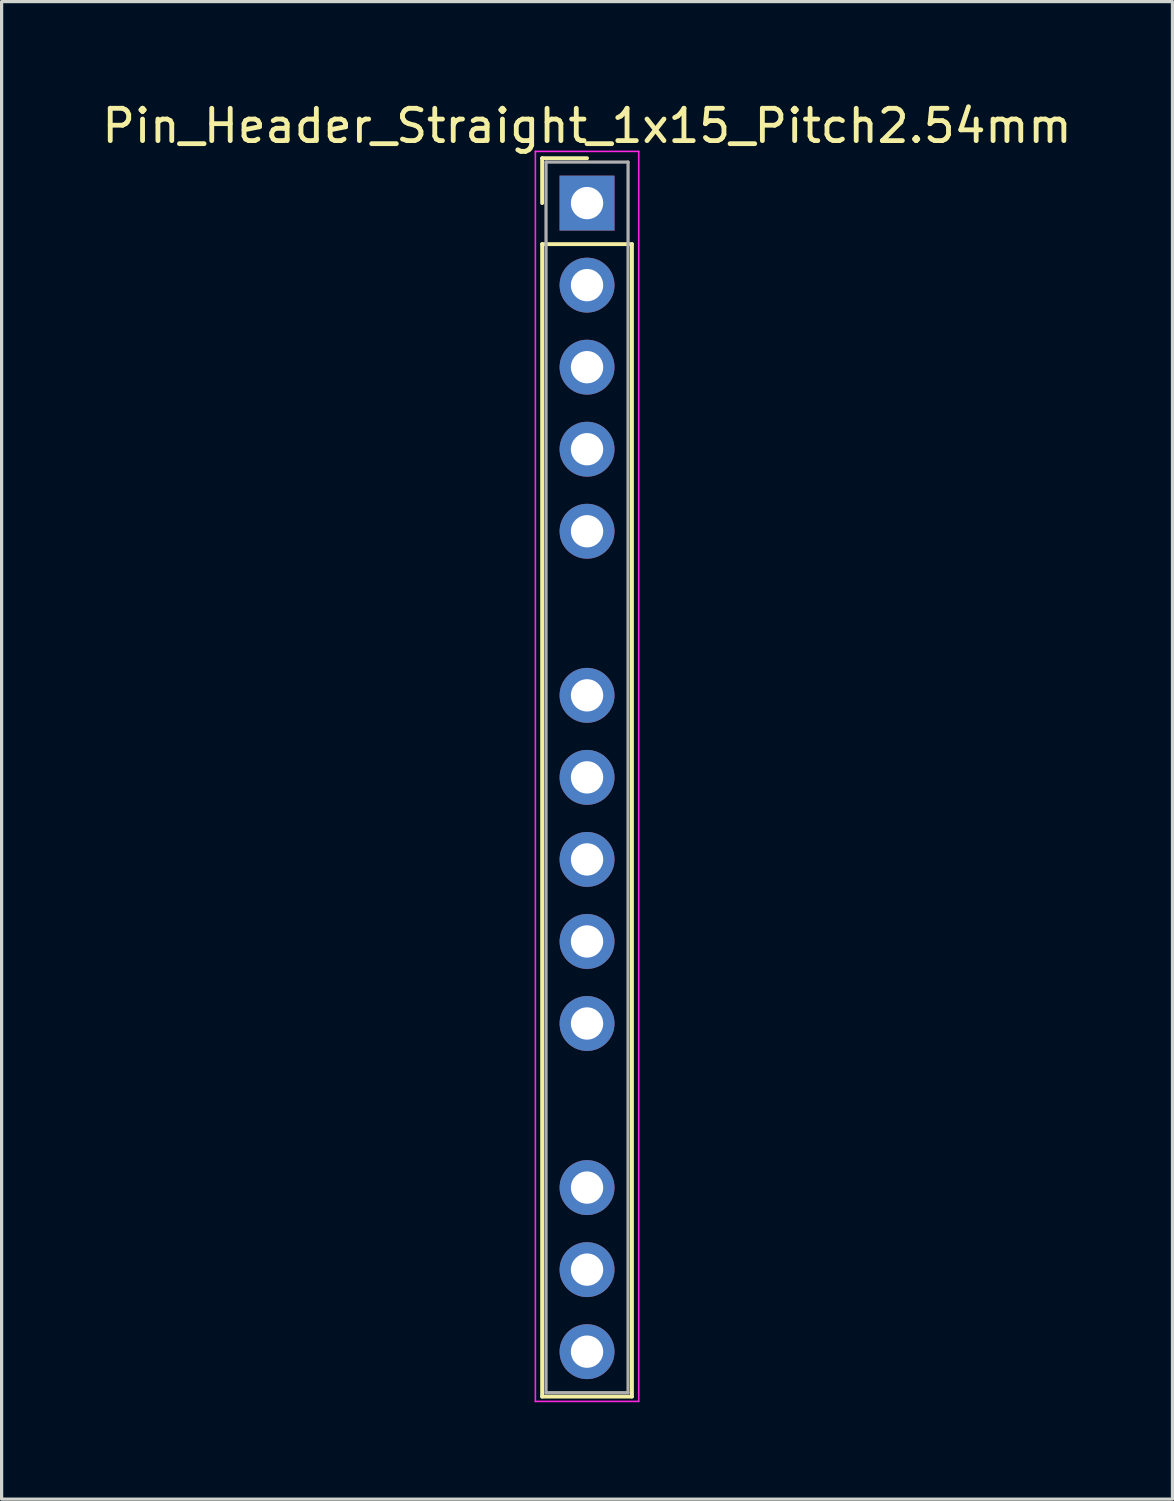
<source format=kicad_pcb>
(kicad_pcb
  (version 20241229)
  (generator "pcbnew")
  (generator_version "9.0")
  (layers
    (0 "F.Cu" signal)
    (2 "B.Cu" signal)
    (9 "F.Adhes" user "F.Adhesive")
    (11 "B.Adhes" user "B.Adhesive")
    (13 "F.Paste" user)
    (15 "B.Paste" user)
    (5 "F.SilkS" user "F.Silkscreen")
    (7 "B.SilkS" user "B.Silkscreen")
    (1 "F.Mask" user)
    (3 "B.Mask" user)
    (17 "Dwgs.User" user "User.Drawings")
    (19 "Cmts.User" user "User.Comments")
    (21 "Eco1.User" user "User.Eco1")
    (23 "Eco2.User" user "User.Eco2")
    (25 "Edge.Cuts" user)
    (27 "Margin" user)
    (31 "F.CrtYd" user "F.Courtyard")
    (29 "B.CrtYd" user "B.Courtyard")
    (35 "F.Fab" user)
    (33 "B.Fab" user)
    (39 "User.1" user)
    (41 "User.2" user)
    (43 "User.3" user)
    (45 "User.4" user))
  (footprint "Pin_Header_Straight_1x15_Pitch2.54mm"
    (layer "F.Cu")
    (at 15.125 3.238)
    (property "Reference" "Pin_Header_Straight_1x15_Pitch2.54mm" (at 0 -2.39 0) (layer "F.SilkS") (effects (font (size 1 1) (thickness 0.15))))
    (attr through_hole)
    (fp_line (start -1.39 -1.39) (end 0 -1.39) (stroke (width 0.12) (type solid)) (layer "F.SilkS"))
    (fp_line (start -1.39 0) (end -1.39 -1.39) (stroke (width 0.12) (type solid)) (layer "F.SilkS"))
    (fp_line (start -1.39 1.27) (end -1.39 36.95) (stroke (width 0.12) (type solid)) (layer "F.SilkS"))
    (fp_line (start -1.39 36.95) (end 1.39 36.95) (stroke (width 0.12) (type solid)) (layer "F.SilkS"))
    (fp_line (start 1.39 1.27) (end -1.39 1.27) (stroke (width 0.12) (type solid)) (layer "F.SilkS"))
    (fp_line (start 1.39 36.95) (end 1.39 1.27) (stroke (width 0.12) (type solid)) (layer "F.SilkS"))
    (fp_line (start -1.6 -1.6) (end -1.6 37.1) (stroke (width 0.05) (type solid)) (layer "F.CrtYd"))
    (fp_line (start -1.6 37.1) (end 1.6 37.1) (stroke (width 0.05) (type solid)) (layer "F.CrtYd"))
    (fp_line (start 1.6 -1.6) (end -1.6 -1.6) (stroke (width 0.05) (type solid)) (layer "F.CrtYd"))
    (fp_line (start 1.6 37.1) (end 1.6 -1.6) (stroke (width 0.05) (type solid)) (layer "F.CrtYd"))
    (fp_line (start -1.27 -1.27) (end -1.27 36.83) (stroke (width 0.1) (type solid)) (layer "F.Fab"))
    (fp_line (start -1.27 36.83) (end 1.27 36.83) (stroke (width 0.1) (type solid)) (layer "F.Fab"))
    (fp_line (start 1.27 -1.27) (end -1.27 -1.27) (stroke (width 0.1) (type solid)) (layer "F.Fab"))
    (fp_line (start 1.27 36.83) (end 1.27 -1.27) (stroke (width 0.1) (type solid)) (layer "F.Fab"))
    (pad "1" thru_hole rect (at 0 0) (size 1.7 1.7) (drill 1) (layers "*.Cu" "*.Mask"))
    (pad "2" thru_hole oval (at 0 2.54) (size 1.7 1.7) (drill 1) (layers "*.Cu" "*.Mask"))
    (pad "3" thru_hole oval (at 0 5.08) (size 1.7 1.7) (drill 1) (layers "*.Cu" "*.Mask"))
    (pad "4" thru_hole oval (at 0 7.62) (size 1.7 1.7) (drill 1) (layers "*.Cu" "*.Mask"))
    (pad "5" thru_hole oval (at 0 10.16) (size 1.7 1.7) (drill 1) (layers "*.Cu" "*.Mask"))
    (pad "7" thru_hole oval (at 0 15.24) (size 1.7 1.7) (drill 1) (layers "*.Cu" "*.Mask"))
    (pad "8" thru_hole oval (at 0 17.78) (size 1.7 1.7) (drill 1) (layers "*.Cu" "*.Mask"))
    (pad "9" thru_hole oval (at 0 20.32) (size 1.7 1.7) (drill 1) (layers "*.Cu" "*.Mask"))
    (pad "10" thru_hole oval (at 0 22.86) (size 1.7 1.7) (drill 1) (layers "*.Cu" "*.Mask"))
    (pad "11" thru_hole oval (at 0 25.4) (size 1.7 1.7) (drill 1) (layers "*.Cu" "*.Mask"))
    (pad "13" thru_hole oval (at 0 30.48) (size 1.7 1.7) (drill 1) (layers "*.Cu" "*.Mask"))
    (pad "14" thru_hole oval (at 0 33.02) (size 1.7 1.7) (drill 1) (layers "*.Cu" "*.Mask"))
    (pad "15" thru_hole oval (at 0 35.56) (size 1.7 1.7) (drill 1) (layers "*.Cu" "*.Mask")))
  (gr_rect
    (start -3 -3)
    (end 33.25 43.363)
    (stroke (width 0.1) (type default))
    (fill no)
    (layer "Edge.Cuts")))
</source>
